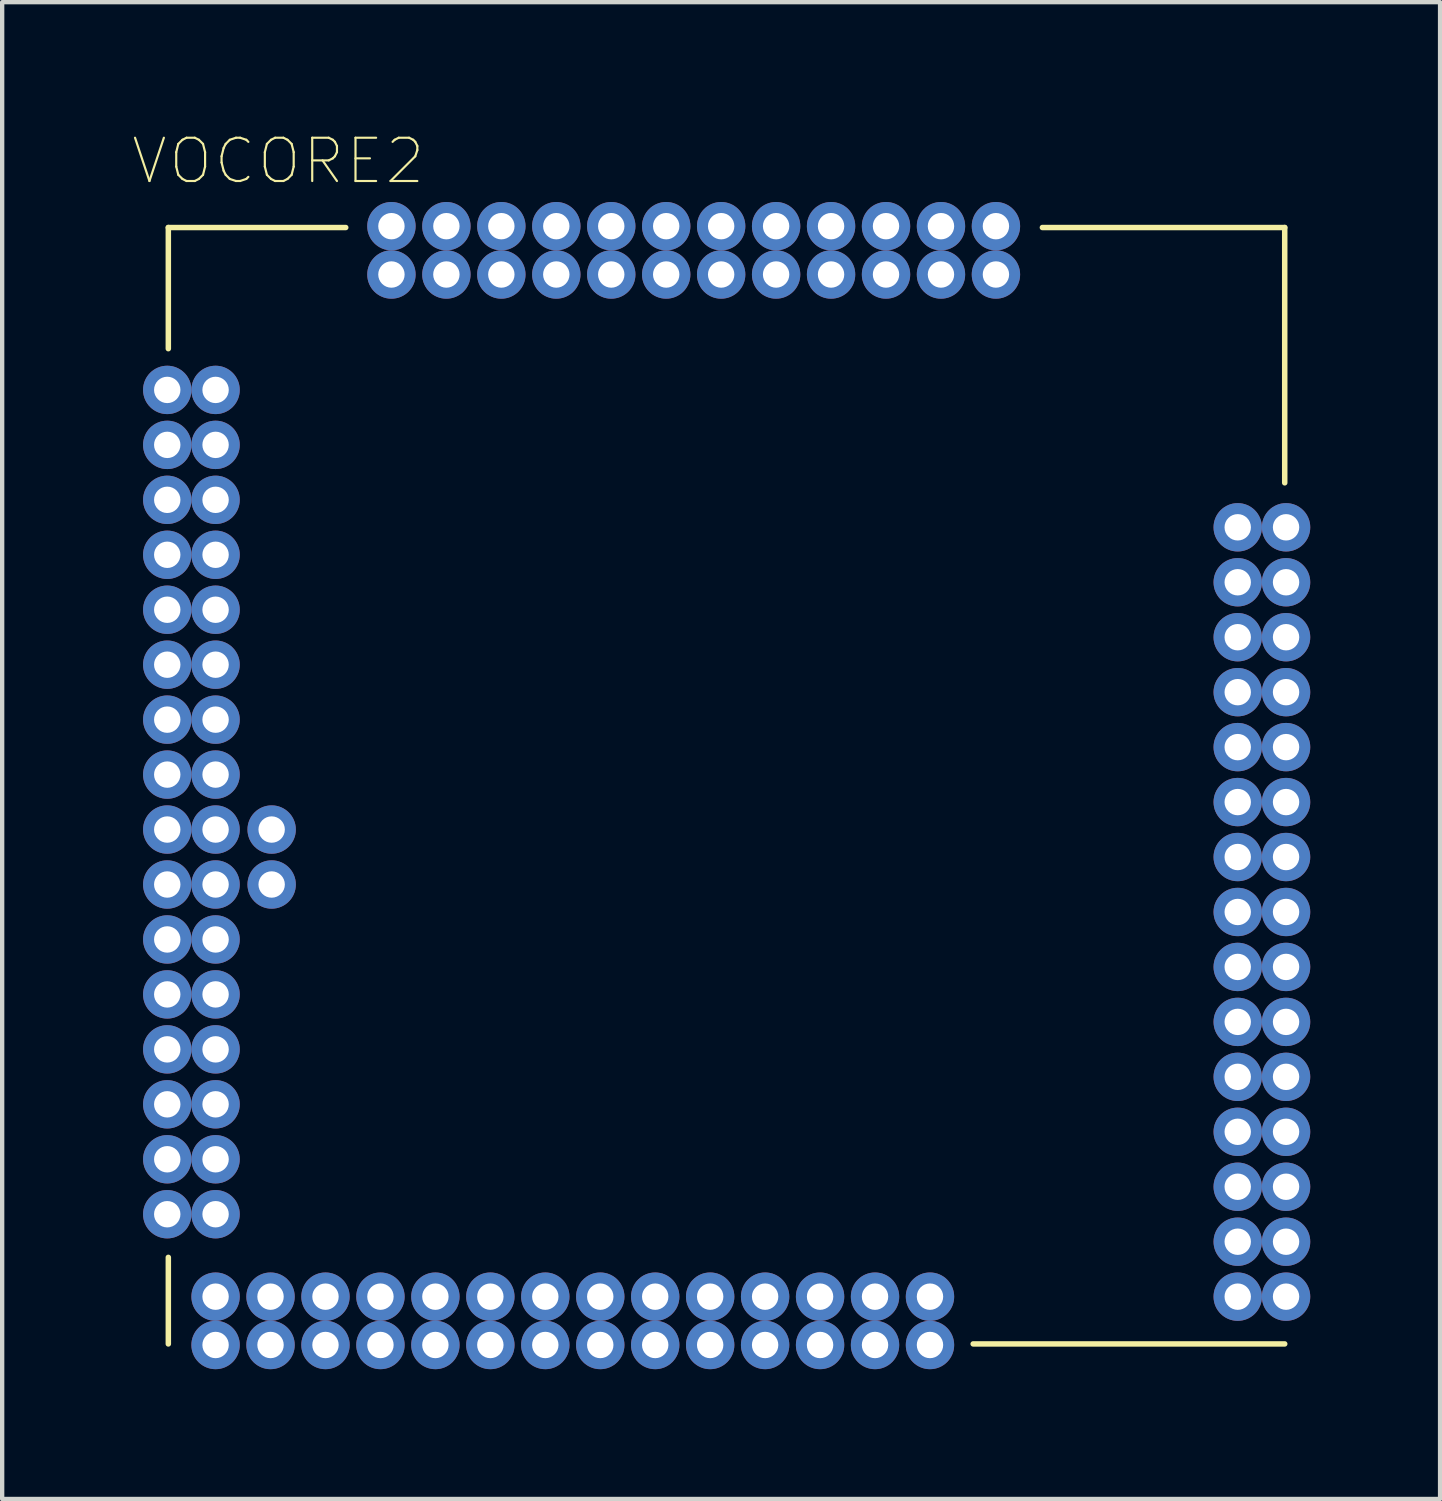
<source format=kicad_pcb>
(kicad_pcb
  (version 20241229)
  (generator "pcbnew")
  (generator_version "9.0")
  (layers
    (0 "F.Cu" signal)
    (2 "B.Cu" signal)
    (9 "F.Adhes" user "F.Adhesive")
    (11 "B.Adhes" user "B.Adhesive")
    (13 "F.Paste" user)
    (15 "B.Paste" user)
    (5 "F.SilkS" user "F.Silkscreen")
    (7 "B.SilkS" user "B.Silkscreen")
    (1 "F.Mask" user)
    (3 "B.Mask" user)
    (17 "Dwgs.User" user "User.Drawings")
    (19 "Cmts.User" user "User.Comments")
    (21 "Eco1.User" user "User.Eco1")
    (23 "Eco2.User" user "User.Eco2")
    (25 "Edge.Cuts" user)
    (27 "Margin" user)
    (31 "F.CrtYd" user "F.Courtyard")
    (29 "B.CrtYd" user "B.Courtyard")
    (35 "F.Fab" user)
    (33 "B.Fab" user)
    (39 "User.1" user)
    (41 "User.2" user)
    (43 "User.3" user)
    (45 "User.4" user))
  (footprint "VOCORE2"
    (layer "F.Cu")
    (at 13.74 15.108)
    (property "Reference" "VOCORE2" (at -10.36 -14.435 0) (layer "F.SilkS") (effects (font (size 1 1) (thickness 0.05))))
    (attr through_hole)
    (fp_line (start -12.9 -12.9) (end -12.9 -10.1) (stroke (width 0.127) (type solid)) (layer "F.SilkS"))
    (fp_line (start -12.9 -12.9) (end -8.8 -12.9) (stroke (width 0.127) (type solid)) (layer "F.SilkS"))
    (fp_line (start -12.9 12.9) (end -12.9 10.9) (stroke (width 0.127) (type solid)) (layer "F.SilkS"))
    (fp_line (start 7.3 -12.9) (end 12.9 -12.9) (stroke (width 0.127) (type solid)) (layer "F.SilkS"))
    (fp_line (start 12.9 -12.9) (end 12.9 -7) (stroke (width 0.127) (type solid)) (layer "F.SilkS"))
    (fp_line (start 12.9 12.9) (end 5.7 12.9) (stroke (width 0.127) (type solid)) (layer "F.SilkS"))
    (fp_line (start -13.15 -13.15) (end 13.15 -13.15) (stroke (width 0.05) (type solid)) (layer "Eco1.User"))
    (fp_line (start -13.15 13.15) (end -13.15 -13.15) (stroke (width 0.05) (type solid)) (layer "Eco1.User"))
    (fp_line (start 13.15 -13.15) (end 13.15 13.15) (stroke (width 0.05) (type solid)) (layer "Eco1.User"))
    (fp_line (start 13.15 13.15) (end -13.15 13.15) (stroke (width 0.05) (type solid)) (layer "Eco1.User"))
    (fp_line (start -12.9 -12.9) (end 12.9 -12.9) (stroke (width 0.127) (type solid)) (layer "Eco2.User"))
    (fp_line (start -12.9 12.9) (end -12.9 -12.9) (stroke (width 0.127) (type solid)) (layer "Eco2.User"))
    (fp_line (start 12.9 -12.9) (end 12.9 12.9) (stroke (width 0.127) (type solid)) (layer "Eco2.User"))
    (fp_line (start 12.9 12.9) (end -12.9 12.9) (stroke (width 0.127) (type solid)) (layer "Eco2.User"))
    (pad "1" thru_hole circle (at -12.925 -9.147) (size 1.118 1.118) (drill 0.61) (layers "*.Cu" "*.Mask"))
    (pad "1" thru_hole circle (at -11.808 -9.147) (size 1.118 1.118) (drill 0.61) (layers "*.Cu" "*.Mask"))
    (pad "2" thru_hole circle (at -12.925 -7.877) (size 1.118 1.118) (drill 0.61) (layers "*.Cu" "*.Mask"))
    (pad "2" thru_hole circle (at -11.808 -7.877) (size 1.118 1.118) (drill 0.61) (layers "*.Cu" "*.Mask"))
    (pad "3" thru_hole circle (at -12.925 -6.607) (size 1.118 1.118) (drill 0.61) (layers "*.Cu" "*.Mask"))
    (pad "3" thru_hole circle (at -11.808 -6.607) (size 1.118 1.118) (drill 0.61) (layers "*.Cu" "*.Mask"))
    (pad "4" thru_hole circle (at -12.925 -5.337) (size 1.118 1.118) (drill 0.61) (layers "*.Cu" "*.Mask"))
    (pad "4" thru_hole circle (at -11.808 -5.337) (size 1.118 1.118) (drill 0.61) (layers "*.Cu" "*.Mask"))
    (pad "5" thru_hole circle (at -12.925 -4.067) (size 1.118 1.118) (drill 0.61) (layers "*.Cu" "*.Mask"))
    (pad "5" thru_hole circle (at -11.808 -4.067) (size 1.118 1.118) (drill 0.61) (layers "*.Cu" "*.Mask"))
    (pad "6" thru_hole circle (at -12.925 -2.797) (size 1.118 1.118) (drill 0.61) (layers "*.Cu" "*.Mask"))
    (pad "6" thru_hole circle (at -11.808 -2.797) (size 1.118 1.118) (drill 0.61) (layers "*.Cu" "*.Mask"))
    (pad "7" thru_hole circle (at -12.925 -1.527) (size 1.118 1.118) (drill 0.61) (layers "*.Cu" "*.Mask"))
    (pad "7" thru_hole circle (at -11.808 -1.527) (size 1.118 1.118) (drill 0.61) (layers "*.Cu" "*.Mask"))
    (pad "8" thru_hole circle (at -12.925 -0.257) (size 1.118 1.118) (drill 0.61) (layers "*.Cu" "*.Mask"))
    (pad "8" thru_hole circle (at -11.808 -0.257) (size 1.118 1.118) (drill 0.61) (layers "*.Cu" "*.Mask"))
    (pad "9" thru_hole circle (at -12.925 1.013) (size 1.118 1.118) (drill 0.61) (layers "*.Cu" "*.Mask"))
    (pad "9" thru_hole circle (at -11.808 1.013) (size 1.118 1.118) (drill 0.61) (layers "*.Cu" "*.Mask"))
    (pad "10" thru_hole circle (at -12.925 2.283) (size 1.118 1.118) (drill 0.61) (layers "*.Cu" "*.Mask"))
    (pad "10" thru_hole circle (at -11.808 2.283) (size 1.118 1.118) (drill 0.61) (layers "*.Cu" "*.Mask"))
    (pad "11" thru_hole circle (at -10.512 1.013) (size 1.118 1.118) (drill 0.61) (layers "*.Cu" "*.Mask"))
    (pad "12" thru_hole circle (at -10.512 2.283) (size 1.118 1.118) (drill 0.61) (layers "*.Cu" "*.Mask"))
    (pad "13" thru_hole circle (at -12.925 3.553) (size 1.118 1.118) (drill 0.61) (layers "*.Cu" "*.Mask"))
    (pad "13" thru_hole circle (at -11.808 3.553) (size 1.118 1.118) (drill 0.61) (layers "*.Cu" "*.Mask"))
    (pad "14" thru_hole circle (at -12.925 4.823) (size 1.118 1.118) (drill 0.61) (layers "*.Cu" "*.Mask"))
    (pad "14" thru_hole circle (at -11.808 4.823) (size 1.118 1.118) (drill 0.61) (layers "*.Cu" "*.Mask"))
    (pad "15" thru_hole circle (at -12.925 6.093) (size 1.118 1.118) (drill 0.61) (layers "*.Cu" "*.Mask"))
    (pad "15" thru_hole circle (at -11.808 6.093) (size 1.118 1.118) (drill 0.61) (layers "*.Cu" "*.Mask"))
    (pad "16" thru_hole circle (at -12.925 7.363) (size 1.118 1.118) (drill 0.61) (layers "*.Cu" "*.Mask"))
    (pad "16" thru_hole circle (at -11.808 7.363) (size 1.118 1.118) (drill 0.61) (layers "*.Cu" "*.Mask"))
    (pad "17" thru_hole circle (at -12.925 8.633) (size 1.118 1.118) (drill 0.61) (layers "*.Cu" "*.Mask"))
    (pad "17" thru_hole circle (at -11.808 8.633) (size 1.118 1.118) (drill 0.61) (layers "*.Cu" "*.Mask"))
    (pad "18" thru_hole circle (at -12.925 9.903) (size 1.118 1.118) (drill 0.61) (layers "*.Cu" "*.Mask"))
    (pad "18" thru_hole circle (at -11.808 9.903) (size 1.118 1.118) (drill 0.61) (layers "*.Cu" "*.Mask"))
    (pad "19" thru_hole circle (at -11.808 11.808) (size 1.118 1.118) (drill 0.61) (layers "*.Cu" "*.Mask"))
    (pad "19" thru_hole circle (at -11.808 12.925) (size 1.118 1.118) (drill 0.61) (layers "*.Cu" "*.Mask"))
    (pad "20" thru_hole circle (at -10.538 11.808) (size 1.118 1.118) (drill 0.61) (layers "*.Cu" "*.Mask"))
    (pad "20" thru_hole circle (at -10.538 12.925) (size 1.118 1.118) (drill 0.61) (layers "*.Cu" "*.Mask"))
    (pad "21" thru_hole circle (at -9.268 11.808) (size 1.118 1.118) (drill 0.61) (layers "*.Cu" "*.Mask"))
    (pad "21" thru_hole circle (at -9.268 12.925) (size 1.118 1.118) (drill 0.61) (layers "*.Cu" "*.Mask"))
    (pad "22" thru_hole circle (at -7.998 11.808) (size 1.118 1.118) (drill 0.61) (layers "*.Cu" "*.Mask"))
    (pad "22" thru_hole circle (at -7.998 12.925) (size 1.118 1.118) (drill 0.61) (layers "*.Cu" "*.Mask"))
    (pad "23" thru_hole circle (at -6.728 11.808) (size 1.118 1.118) (drill 0.61) (layers "*.Cu" "*.Mask"))
    (pad "23" thru_hole circle (at -6.728 12.925) (size 1.118 1.118) (drill 0.61) (layers "*.Cu" "*.Mask"))
    (pad "24" thru_hole circle (at -5.458 11.808) (size 1.118 1.118) (drill 0.61) (layers "*.Cu" "*.Mask"))
    (pad "24" thru_hole circle (at -5.458 12.925) (size 1.118 1.118) (drill 0.61) (layers "*.Cu" "*.Mask"))
    (pad "25" thru_hole circle (at -4.188 11.808) (size 1.118 1.118) (drill 0.61) (layers "*.Cu" "*.Mask"))
    (pad "25" thru_hole circle (at -4.188 12.925) (size 1.118 1.118) (drill 0.61) (layers "*.Cu" "*.Mask"))
    (pad "26" thru_hole circle (at -2.918 11.808) (size 1.118 1.118) (drill 0.61) (layers "*.Cu" "*.Mask"))
    (pad "26" thru_hole circle (at -2.918 12.925) (size 1.118 1.118) (drill 0.61) (layers "*.Cu" "*.Mask"))
    (pad "27" thru_hole circle (at -1.648 11.808) (size 1.118 1.118) (drill 0.61) (layers "*.Cu" "*.Mask"))
    (pad "27" thru_hole circle (at -1.648 12.925) (size 1.118 1.118) (drill 0.61) (layers "*.Cu" "*.Mask"))
    (pad "28" thru_hole circle (at -0.378 12.925) (size 1.118 1.118) (drill 0.61) (layers "*.Cu" "*.Mask"))
    (pad "28" thru_hole circle (at -0.378 11.808) (size 1.118 1.118) (drill 0.61) (layers "*.Cu" "*.Mask"))
    (pad "29" thru_hole circle (at 0.892 11.808) (size 1.118 1.118) (drill 0.61) (layers "*.Cu" "*.Mask"))
    (pad "29" thru_hole circle (at 0.892 12.925) (size 1.118 1.118) (drill 0.61) (layers "*.Cu" "*.Mask"))
    (pad "30" thru_hole circle (at 2.162 11.808) (size 1.118 1.118) (drill 0.61) (layers "*.Cu" "*.Mask"))
    (pad "30" thru_hole circle (at 2.162 12.925) (size 1.118 1.118) (drill 0.61) (layers "*.Cu" "*.Mask"))
    (pad "31" thru_hole circle (at 3.432 11.808) (size 1.118 1.118) (drill 0.61) (layers "*.Cu" "*.Mask"))
    (pad "31" thru_hole circle (at 3.432 12.925) (size 1.118 1.118) (drill 0.61) (layers "*.Cu" "*.Mask"))
    (pad "32" thru_hole circle (at 4.702 11.808) (size 1.118 1.118) (drill 0.61) (layers "*.Cu" "*.Mask"))
    (pad "32" thru_hole circle (at 4.702 12.925) (size 1.118 1.118) (drill 0.61) (layers "*.Cu" "*.Mask"))
    (pad "33" thru_hole circle (at 11.814 11.808) (size 1.118 1.118) (drill 0.61) (layers "*.Cu" "*.Mask"))
    (pad "33" thru_hole circle (at 12.931 11.808) (size 1.118 1.118) (drill 0.61) (layers "*.Cu" "*.Mask"))
    (pad "34" thru_hole circle (at 11.814 10.538) (size 1.118 1.118) (drill 0.61) (layers "*.Cu" "*.Mask"))
    (pad "34" thru_hole circle (at 12.931 10.538) (size 1.118 1.118) (drill 0.61) (layers "*.Cu" "*.Mask"))
    (pad "35" thru_hole circle (at 11.814 9.268) (size 1.118 1.118) (drill 0.61) (layers "*.Cu" "*.Mask"))
    (pad "35" thru_hole circle (at 12.931 9.268) (size 1.118 1.118) (drill 0.61) (layers "*.Cu" "*.Mask"))
    (pad "36" thru_hole circle (at 11.814 7.998) (size 1.118 1.118) (drill 0.61) (layers "*.Cu" "*.Mask"))
    (pad "36" thru_hole circle (at 12.931 7.998) (size 1.118 1.118) (drill 0.61) (layers "*.Cu" "*.Mask"))
    (pad "37" thru_hole circle (at 11.814 6.728) (size 1.118 1.118) (drill 0.61) (layers "*.Cu" "*.Mask"))
    (pad "37" thru_hole circle (at 12.931 6.728) (size 1.118 1.118) (drill 0.61) (layers "*.Cu" "*.Mask"))
    (pad "38" thru_hole circle (at 11.814 5.458) (size 1.118 1.118) (drill 0.61) (layers "*.Cu" "*.Mask"))
    (pad "38" thru_hole circle (at 12.931 5.458) (size 1.118 1.118) (drill 0.61) (layers "*.Cu" "*.Mask"))
    (pad "39" thru_hole circle (at 11.814 4.188) (size 1.118 1.118) (drill 0.61) (layers "*.Cu" "*.Mask"))
    (pad "39" thru_hole circle (at 12.931 4.188) (size 1.118 1.118) (drill 0.61) (layers "*.Cu" "*.Mask"))
    (pad "40" thru_hole circle (at 11.814 2.918) (size 1.118 1.118) (drill 0.61) (layers "*.Cu" "*.Mask"))
    (pad "40" thru_hole circle (at 12.931 2.918) (size 1.118 1.118) (drill 0.61) (layers "*.Cu" "*.Mask"))
    (pad "41" thru_hole circle (at 11.814 1.648) (size 1.118 1.118) (drill 0.61) (layers "*.Cu" "*.Mask"))
    (pad "41" thru_hole circle (at 12.931 1.648) (size 1.118 1.118) (drill 0.61) (layers "*.Cu" "*.Mask"))
    (pad "42" thru_hole circle (at 11.814 0.378) (size 1.118 1.118) (drill 0.61) (layers "*.Cu" "*.Mask"))
    (pad "42" thru_hole circle (at 12.931 0.378) (size 1.118 1.118) (drill 0.61) (layers "*.Cu" "*.Mask"))
    (pad "43" thru_hole circle (at 11.814 -0.892) (size 1.118 1.118) (drill 0.61) (layers "*.Cu" "*.Mask"))
    (pad "43" thru_hole circle (at 12.931 -0.892) (size 1.118 1.118) (drill 0.61) (layers "*.Cu" "*.Mask"))
    (pad "44" thru_hole circle (at 11.814 -2.162) (size 1.118 1.118) (drill 0.61) (layers "*.Cu" "*.Mask"))
    (pad "44" thru_hole circle (at 12.931 -2.162) (size 1.118 1.118) (drill 0.61) (layers "*.Cu" "*.Mask"))
    (pad "45" thru_hole circle (at 11.814 -3.432) (size 1.118 1.118) (drill 0.61) (layers "*.Cu" "*.Mask"))
    (pad "45" thru_hole circle (at 12.931 -3.432) (size 1.118 1.118) (drill 0.61) (layers "*.Cu" "*.Mask"))
    (pad "46" thru_hole circle (at 11.814 -4.702) (size 1.118 1.118) (drill 0.61) (layers "*.Cu" "*.Mask"))
    (pad "46" thru_hole circle (at 12.931 -4.702) (size 1.118 1.118) (drill 0.61) (layers "*.Cu" "*.Mask"))
    (pad "47" thru_hole circle (at 11.814 -5.972) (size 1.118 1.118) (drill 0.61) (layers "*.Cu" "*.Mask"))
    (pad "47" thru_hole circle (at 12.931 -5.972) (size 1.118 1.118) (drill 0.61) (layers "*.Cu" "*.Mask"))
    (pad "48" thru_hole circle (at 6.226 -12.931) (size 1.118 1.118) (drill 0.61) (layers "*.Cu" "*.Mask"))
    (pad "48" thru_hole circle (at 6.226 -11.814) (size 1.118 1.118) (drill 0.61) (layers "*.Cu" "*.Mask"))
    (pad "49" thru_hole circle (at 4.956 -12.931) (size 1.118 1.118) (drill 0.61) (layers "*.Cu" "*.Mask"))
    (pad "49" thru_hole circle (at 4.956 -11.814) (size 1.118 1.118) (drill 0.61) (layers "*.Cu" "*.Mask"))
    (pad "50" thru_hole circle (at 3.686 -12.931) (size 1.118 1.118) (drill 0.61) (layers "*.Cu" "*.Mask"))
    (pad "50" thru_hole circle (at 3.686 -11.814) (size 1.118 1.118) (drill 0.61) (layers "*.Cu" "*.Mask"))
    (pad "51" thru_hole circle (at 2.416 -11.814) (size 1.118 1.118) (drill 0.61) (layers "*.Cu" "*.Mask"))
    (pad "51" thru_hole circle (at 2.416 -12.931) (size 1.118 1.118) (drill 0.61) (layers "*.Cu" "*.Mask"))
    (pad "52" thru_hole circle (at 1.146 -12.931) (size 1.118 1.118) (drill 0.61) (layers "*.Cu" "*.Mask"))
    (pad "52" thru_hole circle (at 1.146 -11.814) (size 1.118 1.118) (drill 0.61) (layers "*.Cu" "*.Mask"))
    (pad "53" thru_hole circle (at -0.124 -12.931) (size 1.118 1.118) (drill 0.61) (layers "*.Cu" "*.Mask"))
    (pad "53" thru_hole circle (at -0.124 -11.814) (size 1.118 1.118) (drill 0.61) (layers "*.Cu" "*.Mask"))
    (pad "54" thru_hole circle (at -1.394 -12.931) (size 1.118 1.118) (drill 0.61) (layers "*.Cu" "*.Mask"))
    (pad "54" thru_hole circle (at -1.394 -11.814) (size 1.118 1.118) (drill 0.61) (layers "*.Cu" "*.Mask"))
    (pad "55" thru_hole circle (at -2.664 -12.931) (size 1.118 1.118) (drill 0.61) (layers "*.Cu" "*.Mask"))
    (pad "55" thru_hole circle (at -2.664 -11.814) (size 1.118 1.118) (drill 0.61) (layers "*.Cu" "*.Mask"))
    (pad "56" thru_hole circle (at -3.934 -11.814) (size 1.118 1.118) (drill 0.61) (layers "*.Cu" "*.Mask"))
    (pad "56" thru_hole circle (at -3.934 -12.931) (size 1.118 1.118) (drill 0.61) (layers "*.Cu" "*.Mask"))
    (pad "57" thru_hole circle (at -5.204 -12.931) (size 1.118 1.118) (drill 0.61) (layers "*.Cu" "*.Mask"))
    (pad "57" thru_hole circle (at -5.204 -11.814) (size 1.118 1.118) (drill 0.61) (layers "*.Cu" "*.Mask"))
    (pad "58" thru_hole circle (at -6.474 -12.931) (size 1.118 1.118) (drill 0.61) (layers "*.Cu" "*.Mask"))
    (pad "58" thru_hole circle (at -6.474 -11.814) (size 1.118 1.118) (drill 0.61) (layers "*.Cu" "*.Mask"))
    (pad "59" thru_hole circle (at -7.744 -12.931) (size 1.118 1.118) (drill 0.61) (layers "*.Cu" "*.Mask"))
    (pad "59" thru_hole circle (at -7.744 -11.814) (size 1.118 1.118) (drill 0.61) (layers "*.Cu" "*.Mask")))
  (gr_rect
    (start -3 -3)
    (end 30.23 31.592)
    (stroke (width 0.1) (type default))
    (fill no)
    (layer "Edge.Cuts")))
</source>
